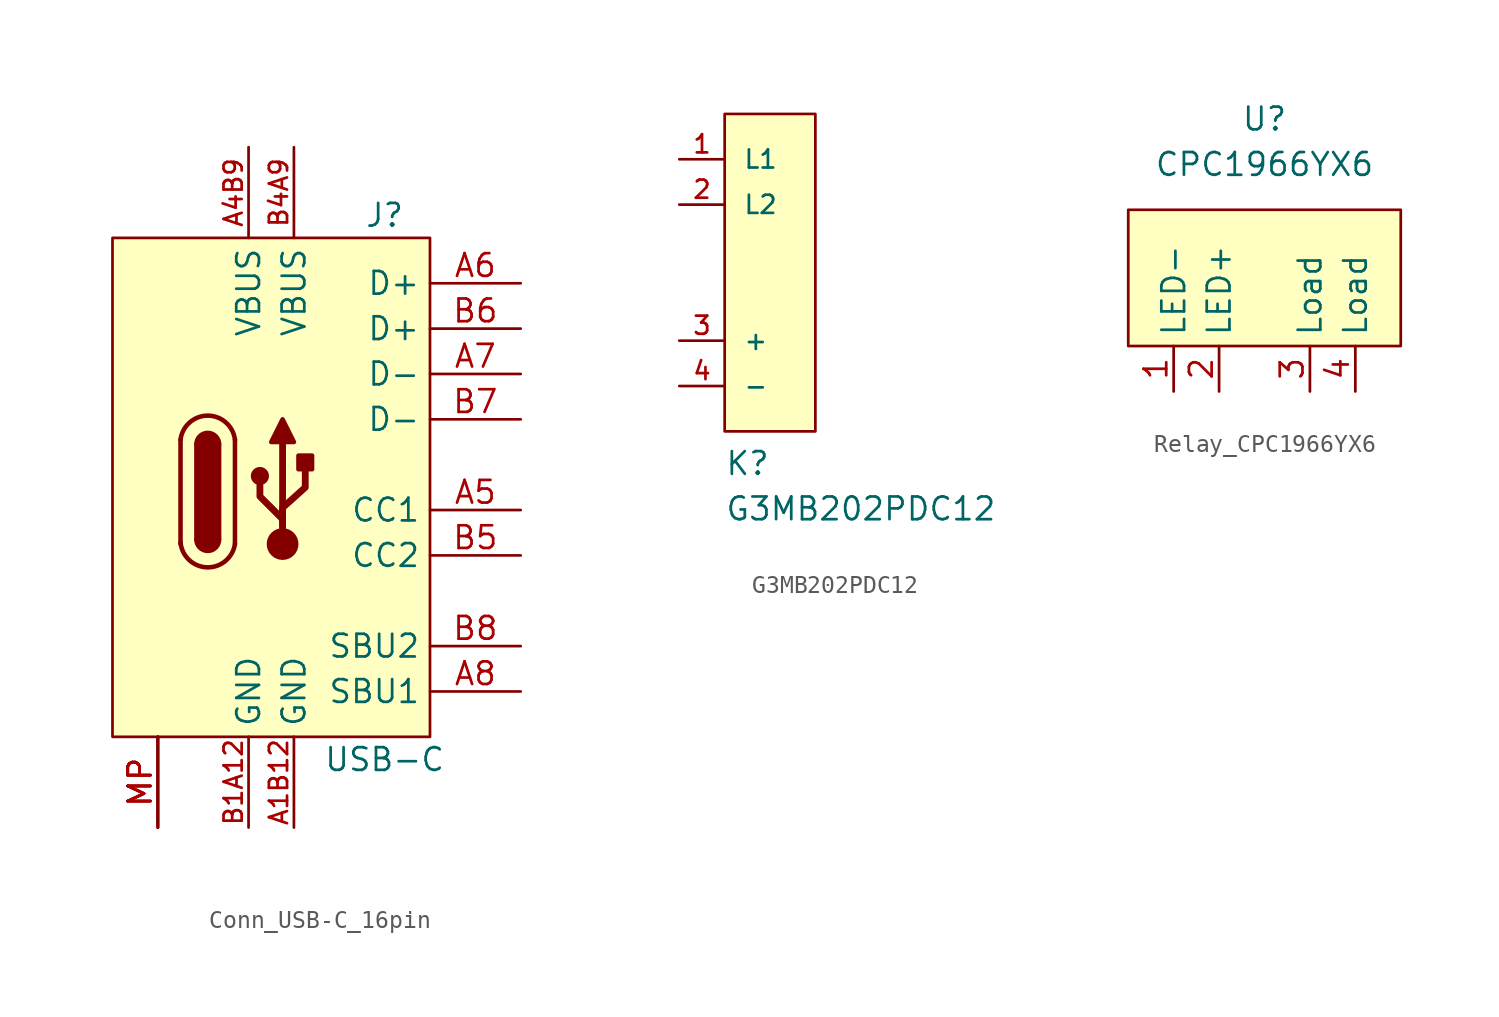
<source format=kicad_sym>
(kicad_symbol_lib
  (version 20220914)
  (generator kicad_symbol_editor)
  (symbol "Conn_USB-C_16pin"
    (property "Reference" "J"
      (at 6.35 15.24 0)
      (effects (font (size 1.27 1.27))))
    (property "Value" "USB-C"
      (at 6.35 -15.24 0)
      (effects (font (size 1.27 1.27))))
    (symbol "Conn_USB-C_16pin_0_0"
      (pin power_out line (at 1.27 -19.05 90) (length 5.08) (name "GND" (effects (font (size 1.27 1.27)))) (number "A1B12" (effects (font (size 1.016 1.016)))))
      (pin power_out line (at -1.27 19.05 270) (length 5.08) (name "VBUS" (effects (font (size 1.27 1.27)))) (number "A4B9" (effects (font (size 1.016 1.016)))))
      (pin passive line (at 13.97 -1.27 180) (length 5.08) (name "CC1" (effects (font (size 1.27 1.27)))) (number "A5" (effects (font (size 1.27 1.27)))))
      (pin bidirectional line (at 13.97 11.43 180) (length 5.08) (name "D+" (effects (font (size 1.27 1.27)))) (number "A6" (effects (font (size 1.27 1.27)))))
      (pin bidirectional line (at 13.97 6.35 180) (length 5.08) (name "D-" (effects (font (size 1.27 1.27)))) (number "A7" (effects (font (size 1.27 1.27)))))
      (pin passive line (at 13.97 -11.43 180) (length 5.08) (name "SBU1" (effects (font (size 1.27 1.27)))) (number "A8" (effects (font (size 1.27 1.27)))))
      (pin power_out line (at -1.27 -19.05 90) (length 5.08) (name "GND" (effects (font (size 1.27 1.27)))) (number "B1A12" (effects (font (size 1.016 1.016)))))
      (pin power_out line (at 1.27 19.05 270) (length 5.08) (name "VBUS" (effects (font (size 1.27 1.27)))) (number "B4A9" (effects (font (size 1.016 1.016)))))
      (pin passive line (at 13.97 -3.81 180) (length 5.08) (name "CC2" (effects (font (size 1.27 1.27)))) (number "B5" (effects (font (size 1.27 1.27)))))
      (pin bidirectional line (at 13.97 8.89 180) (length 5.08) (name "D+" (effects (font (size 1.27 1.27)))) (number "B6" (effects (font (size 1.27 1.27)))))
      (pin bidirectional line (at 13.97 3.81 180) (length 5.08) (name "D-" (effects (font (size 1.27 1.27)))) (number "B7" (effects (font (size 1.27 1.27)))))
      (pin passive line (at 13.97 -8.89 180) (length 5.08) (name "SBU2" (effects (font (size 1.27 1.27)))) (number "B8" (effects (font (size 1.27 1.27)))))
      (pin passive line (at -6.35 -19.05 90) (length 5.08) (name "" (effects (font (size 1.27 1.27)))) (number "MP" (effects (font (size 1.27 1.27)))))
      (pin passive line (at -6.35 -19.05 90) (length 5.08) (name "" (effects (font (size 1.27 1.27)))) (number "MP" (effects (font (size 1.27 1.27)))))
      (pin passive line (at -6.35 -19.05 90) (length 5.08) (name "" (effects (font (size 1.27 1.27)))) (number "MP" (effects (font (size 1.27 1.27)))))
      (pin passive line (at -6.35 -19.05 90) (length 5.08) (name "" (effects (font (size 1.27 1.27)))) (number "MP" (effects (font (size 1.27 1.27))))))
    (symbol "Conn_USB-C_16pin_0_1"
      (rectangle (start -8.89 13.97) (end 8.89 -13.97) (stroke (width 0) (type default)) (fill (type background)))
      (arc (start -5.08 -3.0878) (mid -3.5945 -4.4796) (end -2.032 -3.175) (stroke (width 0.254) (type default)) (fill (type none)))
      (arc (start -4.191 -2.9237) (mid -3.556 -3.556) (end -2.921 -2.9237) (stroke (width 0.254) (type default)) (fill (type outline)))
      (rectangle (start -4.191 2.413) (end -2.921 -2.921) (stroke (width 0.254) (type default)) (fill (type outline)))
      (arc (start -2.921 2.4157) (mid -3.556 3.048) (end -4.191 2.4157) (stroke (width 0.254) (type default)) (fill (type outline)))
      (arc (start -2.032 2.667) (mid -3.556 4.0171) (end -5.08 2.667) (stroke (width 0.254) (type default)) (fill (type none)))
      (circle (center -0.635 0.635) (radius 0.381) (stroke (width 0.254) (type default)) (fill (type outline)))
      (polyline (pts (xy -5.08 -3.175) (xy -5.08 2.667)) (stroke (width 0.254) (type default)) (fill (type none)))
      (polyline (pts (xy -2.032 2.667) (xy -2.032 -3.175)) (stroke (width 0.254) (type default)) (fill (type none)))
      (polyline (pts (xy 0.635 -1.397) (xy 0.635 2.921)) (stroke (width 0.381) (type default)) (fill (type none)))
      (polyline (pts (xy 0 2.54) (xy 1.27 2.54) (xy 0.635 3.81) (xy 0 2.54)) (stroke (width 0.254) (type default)) (fill (type outline)))
      (polyline (pts (xy 0.635 -2.667) (xy 0.635 -1.778) (xy -0.635 -0.508) (xy -0.635 0.127)) (stroke (width 0.381) (type default)) (fill (type none)))
      (polyline (pts (xy 0.635 -2.159) (xy 0.635 -1.143) (xy 1.905 0) (xy 1.905 1.27)) (stroke (width 0.381) (type default)) (fill (type none)))
      (circle (center 0.635 -3.175) (radius 0.762) (stroke (width 0.254) (type default)) (fill (type outline)))
      (rectangle (start 1.524 1.778) (end 2.286 1.016) (stroke (width 0.254) (type default)) (fill (type outline)))))
  (symbol "G3MB202PDC12"
    (pin_names
      (offset 1.016))
    (property "Reference" "K"
      (at -2.54 -10.16 0)
      (effects (font (size 1.27 1.27)) (justify left bottom)))
    (property "Value" "G3MB202PDC12"
      (at -2.54 -12.7 0)
      (effects (font (size 1.27 1.27)) (justify left bottom)))
    (symbol "G3MB202PDC12_0_0"
      (rectangle (start -2.54 10.16) (end 2.54 -7.62) (stroke (width 0.152) (type default)) (fill (type background)))
      (pin power_in line (at -5.08 7.62 0) (length 2.54) (name "L1" (effects (font (size 1.016 1.016)))) (number "1" (effects (font (size 1.016 1.016)))))
      (pin power_in line (at -5.08 5.08 0) (length 2.54) (name "L2" (effects (font (size 1.016 1.016)))) (number "2" (effects (font (size 1.016 1.016)))))
      (pin power_in line (at -5.08 -2.54 0) (length 2.54) (name "+" (effects (font (size 1.016 1.016)))) (number "3" (effects (font (size 1.016 1.016)))))
      (pin power_in line (at -5.08 -5.08 0) (length 2.54) (name "-" (effects (font (size 1.016 1.016)))) (number "4" (effects (font (size 1.016 1.016)))))))
  (symbol "Relay_CPC1966YX6"
    (property "Reference" "U"
      (at 0 10.16 0)
      (effects (font (size 1.27 1.27))))
    (property "Value" "CPC1966YX6"
      (at 0 7.62 0)
      (effects (font (size 1.27 1.27))))
    (symbol "Relay_CPC1966YX6_0_0"
      (pin passive line (at -5.08 -5.08 90) (length 2.54) (name "LED-" (effects (font (size 1.27 1.27)))) (number "1" (effects (font (size 1.27 1.27)))))
      (pin passive line (at -2.54 -5.08 90) (length 2.54) (name "LED+" (effects (font (size 1.27 1.27)))) (number "2" (effects (font (size 1.27 1.27)))))
      (pin passive line (at 2.54 -5.08 90) (length 2.54) (name "Load" (effects (font (size 1.27 1.27)))) (number "3" (effects (font (size 1.27 1.27)))))
      (pin passive line (at 5.08 -5.08 90) (length 2.54) (name "Load" (effects (font (size 1.27 1.27)))) (number "4" (effects (font (size 1.27 1.27))))))
    (symbol "Relay_CPC1966YX6_0_1"
      (rectangle (start -7.62 5.08) (end 7.62 -2.54) (stroke (width 0) (type default)) (fill (type background))))))
</source>
